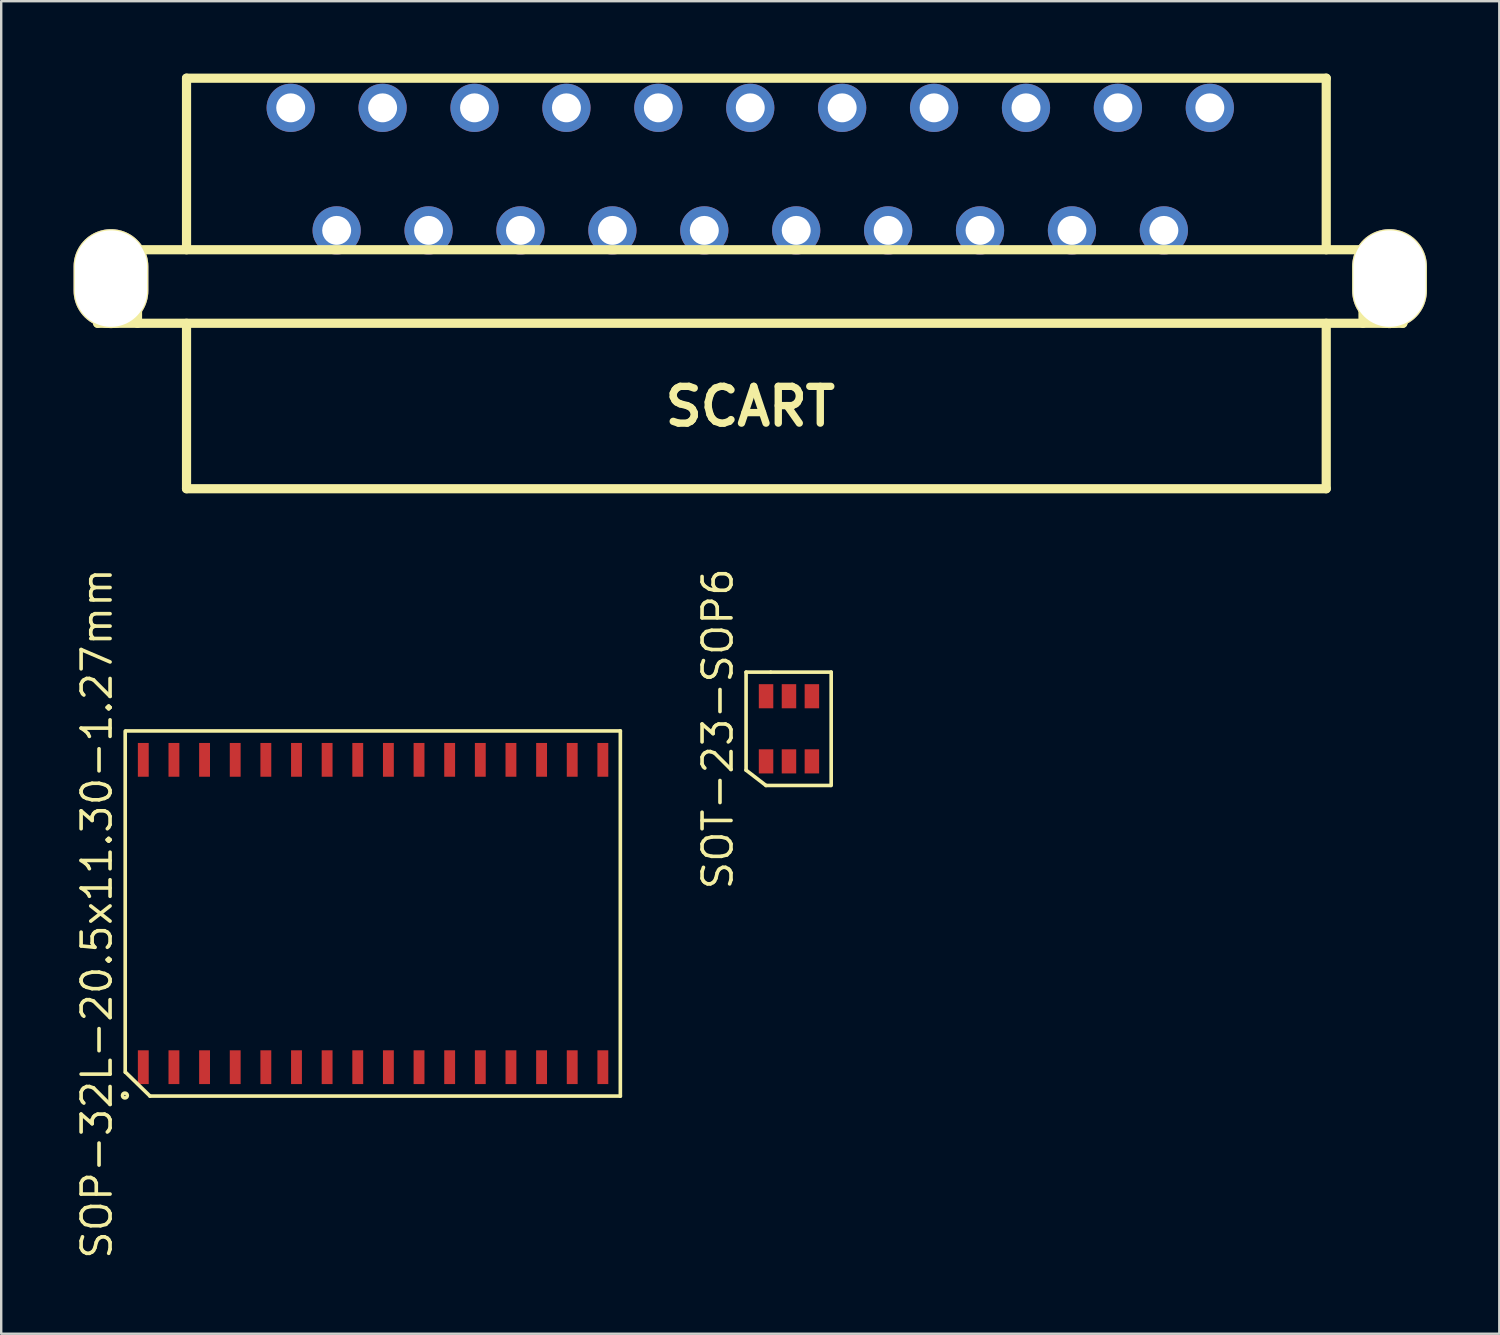
<source format=kicad_pcb>
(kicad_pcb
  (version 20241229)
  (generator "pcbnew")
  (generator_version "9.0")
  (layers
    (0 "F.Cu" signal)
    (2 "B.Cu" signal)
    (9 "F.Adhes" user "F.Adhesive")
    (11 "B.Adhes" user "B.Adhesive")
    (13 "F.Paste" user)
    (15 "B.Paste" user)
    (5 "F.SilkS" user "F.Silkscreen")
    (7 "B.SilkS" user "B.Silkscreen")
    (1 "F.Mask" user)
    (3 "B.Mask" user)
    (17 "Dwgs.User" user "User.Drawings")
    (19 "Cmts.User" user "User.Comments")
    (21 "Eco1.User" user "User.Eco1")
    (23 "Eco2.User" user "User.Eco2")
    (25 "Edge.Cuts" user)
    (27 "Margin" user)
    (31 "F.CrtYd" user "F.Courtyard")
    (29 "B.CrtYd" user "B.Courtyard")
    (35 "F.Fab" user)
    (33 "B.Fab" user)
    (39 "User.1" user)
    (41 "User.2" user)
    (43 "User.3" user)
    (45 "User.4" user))
  (footprint "SOT-23-SOP6"
    (layer "F.Cu")
    (at 29.655 27.161)
    (property "Reference" "SOT-23-SOP6" (at -2.95 0 90) (layer "F.SilkS") (effects (font (size 1.2 1.2) (thickness 0.15))))
    (attr through_hole)
    (fp_line (start -1.778 -2.349) (end -1.778 1.714) (stroke (width 0.15) (type solid)) (layer "F.SilkS"))
    (fp_line (start -1.778 1.714) (end -0.953 2.349) (stroke (width 0.15) (type solid)) (layer "F.SilkS"))
    (fp_line (start -0.953 2.349) (end 1.714 2.349) (stroke (width 0.15) (type solid)) (layer "F.SilkS"))
    (fp_line (start -0.762 -2.349) (end -1.778 -2.349) (stroke (width 0.15) (type solid)) (layer "F.SilkS"))
    (fp_line (start 1.75 -2.35) (end -0.75 -2.35) (stroke (width 0.15) (type solid)) (layer "F.SilkS"))
    (fp_line (start 1.75 2.35) (end 1.75 -2.35) (stroke (width 0.15) (type solid)) (layer "F.SilkS"))
    (pad "1" smd rect (at -0.95 1.35) (size 0.6 1) (layers "F.Cu" "F.Mask" "F.Paste"))
    (pad "2" smd rect (at 0 1.35) (size 0.6 1) (layers "F.Cu" "F.Mask" "F.Paste"))
    (pad "3" smd rect (at 0.95 1.35) (size 0.6 1) (layers "F.Cu" "F.Mask" "F.Paste"))
    (pad "4" smd rect (at 0.95 -1.35) (size 0.6 1) (layers "F.Cu" "F.Mask" "F.Paste"))
    (pad "5" smd rect (at 0 -1.35) (size 0.6 1) (layers "F.Cu" "F.Mask" "F.Paste"))
    (pad "6" smd rect (at -0.95 -1.35) (size 0.6 1) (layers "F.Cu" "F.Mask" "F.Paste")))
  (footprint "SOP-32L-20.5x11.30-1.27mm"
    (layer "F.Cu")
    (at 12.415 34.818)
    (property "Reference" "SOP-32L-20.5x11.30-1.27mm" (at -11.45 0 90) (layer "F.SilkS") (effects (font (size 1.2 1.2) (thickness 0.15))))
    (attr through_hole)
    (fp_line (start -10.275 -7.561) (end -10.275 6.579) (stroke (width 0.15) (type solid)) (layer "F.SilkS"))
    (fp_line (start -10.262 6.579) (end -9.246 7.569) (stroke (width 0.15) (type solid)) (layer "F.SilkS"))
    (fp_line (start -10.25 -7.568) (end 10.25 -7.568) (stroke (width 0.15) (type solid)) (layer "F.SilkS"))
    (fp_line (start 10.25 7.568) (end -9.25 7.568) (stroke (width 0.15) (type solid)) (layer "F.SilkS"))
    (fp_line (start 10.25 7.57) (end 10.25 -7.57) (stroke (width 0.15) (type solid)) (layer "F.SilkS"))
    (fp_circle (center -10.287 7.544) (end -10.287 7.569) (stroke (width 0.15) (type solid)) (fill no) (layer "F.SilkS"))
    (pad "1" smd rect (at -9.525 6.37) (size 0.45 1.4) (layers "F.Cu" "F.Mask" "F.Paste"))
    (pad "2" smd rect (at -8.255 6.37) (size 0.45 1.4) (layers "F.Cu" "F.Mask" "F.Paste"))
    (pad "3" smd rect (at -6.985 6.37) (size 0.45 1.4) (layers "F.Cu" "F.Mask" "F.Paste"))
    (pad "4" smd rect (at -5.715 6.37) (size 0.45 1.4) (layers "F.Cu" "F.Mask" "F.Paste"))
    (pad "5" smd rect (at -4.445 6.37) (size 0.45 1.4) (layers "F.Cu" "F.Mask" "F.Paste"))
    (pad "6" smd rect (at -3.175 6.37) (size 0.45 1.4) (layers "F.Cu" "F.Mask" "F.Paste"))
    (pad "7" smd rect (at -1.905 6.37) (size 0.45 1.4) (layers "F.Cu" "F.Mask" "F.Paste"))
    (pad "8" smd rect (at -0.635 6.37) (size 0.45 1.4) (layers "F.Cu" "F.Mask" "F.Paste"))
    (pad "9" smd rect (at 0.635 6.37) (size 0.45 1.4) (layers "F.Cu" "F.Mask" "F.Paste"))
    (pad "10" smd rect (at 1.905 6.37) (size 0.45 1.4) (layers "F.Cu" "F.Mask" "F.Paste"))
    (pad "11" smd rect (at 3.175 6.37) (size 0.45 1.4) (layers "F.Cu" "F.Mask" "F.Paste"))
    (pad "12" smd rect (at 4.445 6.37) (size 0.45 1.4) (layers "F.Cu" "F.Mask" "F.Paste"))
    (pad "13" smd rect (at 5.715 6.37) (size 0.45 1.4) (layers "F.Cu" "F.Mask" "F.Paste"))
    (pad "14" smd rect (at 6.985 6.37) (size 0.45 1.4) (layers "F.Cu" "F.Mask" "F.Paste"))
    (pad "15" smd rect (at 8.255 6.37) (size 0.45 1.4) (layers "F.Cu" "F.Mask" "F.Paste"))
    (pad "16" smd rect (at 9.525 6.37) (size 0.45 1.4) (layers "F.Cu" "F.Mask" "F.Paste"))
    (pad "17" smd rect (at 9.525 -6.37) (size 0.45 1.4) (layers "F.Cu" "F.Mask" "F.Paste"))
    (pad "18" smd rect (at 8.255 -6.37) (size 0.45 1.4) (layers "F.Cu" "F.Mask" "F.Paste"))
    (pad "19" smd rect (at 6.985 -6.37) (size 0.45 1.4) (layers "F.Cu" "F.Mask" "F.Paste"))
    (pad "20" smd rect (at 5.715 -6.37) (size 0.45 1.4) (layers "F.Cu" "F.Mask" "F.Paste"))
    (pad "21" smd rect (at 4.445 -6.37) (size 0.45 1.4) (layers "F.Cu" "F.Mask" "F.Paste"))
    (pad "22" smd rect (at 3.175 -6.37) (size 0.45 1.4) (layers "F.Cu" "F.Mask" "F.Paste"))
    (pad "23" smd rect (at 1.905 -6.37) (size 0.45 1.4) (layers "F.Cu" "F.Mask" "F.Paste"))
    (pad "24" smd rect (at 0.635 -6.37) (size 0.45 1.4) (layers "F.Cu" "F.Mask" "F.Paste"))
    (pad "25" smd rect (at -0.635 -6.37) (size 0.45 1.4) (layers "F.Cu" "F.Mask" "F.Paste"))
    (pad "26" smd rect (at -1.905 -6.37) (size 0.45 1.4) (layers "F.Cu" "F.Mask" "F.Paste"))
    (pad "27" smd rect (at -3.175 -6.37) (size 0.45 1.4) (layers "F.Cu" "F.Mask" "F.Paste"))
    (pad "28" smd rect (at -4.445 -6.37) (size 0.45 1.4) (layers "F.Cu" "F.Mask" "F.Paste"))
    (pad "29" smd rect (at -5.715 -6.37) (size 0.45 1.4) (layers "F.Cu" "F.Mask" "F.Paste"))
    (pad "30" smd rect (at -6.985 -6.37) (size 0.45 1.4) (layers "F.Cu" "F.Mask" "F.Paste"))
    (pad "31" smd rect (at -8.255 -6.37) (size 0.45 1.4) (layers "F.Cu" "F.Mask" "F.Paste"))
    (pad "32" smd rect (at -9.525 -6.37) (size 0.45 1.4) (layers "F.Cu" "F.Mask" "F.Paste")))
  (footprint "SCART"
    (layer "F.Cu")
    (at 28.05 8.7)
    (property "Reference" "SCART" (at 0 5.1 0) (layer "F.SilkS") (effects (font (size 1.524 1.524) (thickness 0.305))))
    (attr through_hole)
    (fp_line (start -27.051 -1.397) (end -27.051 1.651) (stroke (width 0.381) (type solid)) (layer "F.SilkS"))
    (fp_line (start -27.051 -1.397) (end 27.051 -1.397) (stroke (width 0.381) (type solid)) (layer "F.SilkS"))
    (fp_line (start -25.4 -1.397) (end -25.4 1.651) (stroke (width 0.381) (type solid)) (layer "F.SilkS"))
    (fp_line (start -23.368 -8.509) (end 23.876 -8.509) (stroke (width 0.381) (type solid)) (layer "F.SilkS"))
    (fp_line (start -23.368 -1.397) (end -23.368 -8.509) (stroke (width 0.381) (type solid)) (layer "F.SilkS"))
    (fp_line (start -23.368 8.509) (end -23.368 1.651) (stroke (width 0.381) (type solid)) (layer "F.SilkS"))
    (fp_line (start -23.368 8.509) (end 23.876 8.509) (stroke (width 0.381) (type solid)) (layer "F.SilkS"))
    (fp_line (start 23.876 -8.509) (end 23.876 -1.397) (stroke (width 0.381) (type solid)) (layer "F.SilkS"))
    (fp_line (start 23.876 8.509) (end 23.876 1.651) (stroke (width 0.381) (type solid)) (layer "F.SilkS"))
    (fp_line (start 25.4 -1.397) (end 25.4 1.651) (stroke (width 0.381) (type solid)) (layer "F.SilkS"))
    (fp_line (start 27.051 -1.397) (end 27.051 1.651) (stroke (width 0.381) (type solid)) (layer "F.SilkS"))
    (fp_line (start 27.051 1.651) (end -27.051 1.651) (stroke (width 0.381) (type solid)) (layer "F.SilkS"))
    (pad "" np_thru_hole oval (at -26.5 -0.201) (size 3.1 4.1) (drill oval 3 4) (layers "*.Cu" "*.Mask" "F.SilkS"))
    (pad "" np_thru_hole oval (at 26.5 -0.201) (size 3.1 4.1) (drill oval 3 4) (layers "*.Cu" "*.Mask" "F.SilkS"))
    (pad "1" thru_hole circle (at 19.05 -7.28) (size 1.999 1.999) (drill 1.199) (layers "*.Cu" "*.Mask"))
    (pad "2" thru_hole circle (at 17.145 -2.2) (size 1.999 1.999) (drill 1.199) (layers "*.Cu" "*.Mask"))
    (pad "3" thru_hole circle (at 15.24 -7.28) (size 1.999 1.999) (drill 1.199) (layers "*.Cu" "*.Mask"))
    (pad "4" thru_hole circle (at 13.335 -2.2) (size 1.999 1.999) (drill 1.199) (layers "*.Cu" "*.Mask"))
    (pad "5" thru_hole circle (at 11.43 -7.28) (size 1.999 1.999) (drill 1.199) (layers "*.Cu" "*.Mask"))
    (pad "6" thru_hole circle (at 9.525 -2.2) (size 1.999 1.999) (drill 1.199) (layers "*.Cu" "*.Mask"))
    (pad "7" thru_hole circle (at 7.62 -7.28) (size 1.999 1.999) (drill 1.199) (layers "*.Cu" "*.Mask"))
    (pad "8" thru_hole circle (at 5.715 -2.2) (size 1.999 1.999) (drill 1.199) (layers "*.Cu" "*.Mask"))
    (pad "9" thru_hole circle (at 3.81 -7.28) (size 1.999 1.999) (drill 1.199) (layers "*.Cu" "*.Mask"))
    (pad "10" thru_hole circle (at 1.905 -2.2) (size 1.999 1.999) (drill 1.199) (layers "*.Cu" "*.Mask"))
    (pad "11" thru_hole circle (at 0 -7.28) (size 1.999 1.999) (drill 1.199) (layers "*.Cu" "*.Mask"))
    (pad "12" thru_hole circle (at -1.905 -2.2) (size 1.999 1.999) (drill 1.199) (layers "*.Cu" "*.Mask"))
    (pad "13" thru_hole circle (at -3.81 -7.28) (size 1.999 1.999) (drill 1.199) (layers "*.Cu" "*.Mask"))
    (pad "14" thru_hole circle (at -5.715 -2.2) (size 1.999 1.999) (drill 1.199) (layers "*.Cu" "*.Mask"))
    (pad "15" thru_hole circle (at -7.62 -7.28) (size 1.999 1.999) (drill 1.199) (layers "*.Cu" "*.Mask"))
    (pad "16" thru_hole circle (at -9.525 -2.2) (size 1.999 1.999) (drill 1.199) (layers "*.Cu" "*.Mask"))
    (pad "17" thru_hole circle (at -11.43 -7.28) (size 1.999 1.999) (drill 1.199) (layers "*.Cu" "*.Mask"))
    (pad "18" thru_hole circle (at -13.335 -2.2) (size 1.999 1.999) (drill 1.199) (layers "*.Cu" "*.Mask"))
    (pad "19" thru_hole circle (at -15.24 -7.28) (size 1.999 1.999) (drill 1.199) (layers "*.Cu" "*.Mask"))
    (pad "20" thru_hole circle (at -17.145 -2.2) (size 1.999 1.999) (drill 1.199) (layers "*.Cu" "*.Mask"))
    (pad "21" thru_hole circle (at -19.05 -7.28) (size 1.999 1.999) (drill 1.199) (layers "*.Cu" "*.Mask")))
  (gr_rect
    (start -3 -3)
    (end 59.1 52.238)
    (stroke (width 0.1) (type default))
    (fill no)
    (layer "Edge.Cuts")))
</source>
